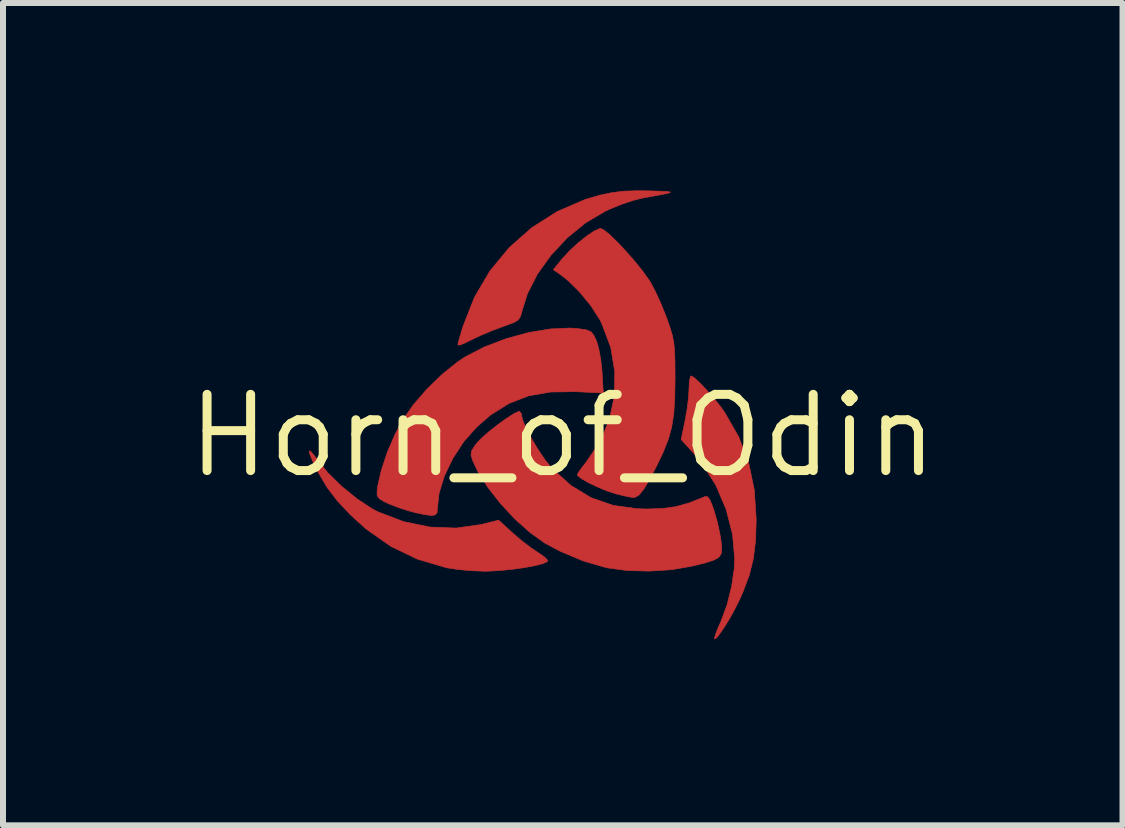
<source format=kicad_pcb>
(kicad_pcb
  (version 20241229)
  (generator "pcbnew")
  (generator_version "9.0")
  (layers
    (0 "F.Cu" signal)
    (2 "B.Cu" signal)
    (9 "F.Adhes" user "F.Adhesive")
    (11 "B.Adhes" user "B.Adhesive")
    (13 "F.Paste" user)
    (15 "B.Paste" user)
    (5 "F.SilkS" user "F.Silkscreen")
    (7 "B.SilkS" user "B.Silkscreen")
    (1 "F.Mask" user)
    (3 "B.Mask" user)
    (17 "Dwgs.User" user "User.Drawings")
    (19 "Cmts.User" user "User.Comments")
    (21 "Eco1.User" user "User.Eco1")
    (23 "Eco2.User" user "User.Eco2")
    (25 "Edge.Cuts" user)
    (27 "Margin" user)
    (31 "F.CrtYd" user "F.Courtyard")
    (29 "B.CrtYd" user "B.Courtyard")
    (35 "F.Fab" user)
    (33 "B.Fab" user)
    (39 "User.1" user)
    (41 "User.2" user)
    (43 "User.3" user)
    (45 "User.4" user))
  (footprint "Horn_of_Odin"
    (layer "F.Cu")
    (at 6.327 4.211)
    (property "Reference" "Horn_of_Odin" (at 0 0 0) (layer "F.SilkS") (effects (font (size 1.27 1.27) (thickness 0.15))))
    (attr through_hole)
    (fp_poly (pts (xy 2.189 -0.969) (xy 2.277 -0.887) (xy 2.388 -0.772) (xy 2.506 -0.638) (xy 2.616 -0.503) (xy 2.695 -0.393) (xy 2.932 0.019) (xy 3.096 0.445) (xy 3.191 0.902) (xy 3.223 1.393) (xy 3.213 1.742) (xy 3.177 2.04) (xy 3.109 2.318) (xy 3.001 2.606) (xy 2.941 2.74) (xy 2.869 2.885) (xy 2.786 3.035) (xy 2.701 3.174) (xy 2.624 3.289) (xy 2.564 3.365) (xy 2.531 3.387) (xy 2.528 3.377) (xy 2.544 3.315) (xy 2.587 3.203) (xy 2.635 3.095) (xy 2.737 2.82) (xy 2.814 2.509) (xy 2.859 2.202) (xy 2.866 2.057) (xy 2.829 1.643) (xy 2.722 1.225) (xy 2.552 0.827) (xy 2.329 0.47) (xy 2.205 0.318) (xy 1.973 0.062) (xy 2.039 -0.255) (xy 2.072 -0.446) (xy 2.096 -0.638) (xy 2.104 -0.786) (xy 2.11 -0.907) (xy 2.126 -0.985) (xy 2.138 -0.999) (xy 2.189 -0.969)) (stroke (width 0.01) (type solid)) (fill yes) (layer "F.Cu"))
    (fp_poly (pts (xy -4.201 0.258) (xy -4.137 0.334) (xy -4.082 0.411) (xy -3.907 0.625) (xy -3.68 0.846) (xy -3.429 1.05) (xy -3.18 1.215) (xy -3.082 1.267) (xy -2.655 1.43) (xy -2.215 1.521) (xy -1.776 1.538) (xy -1.354 1.478) (xy -1.337 1.473) (xy -1.069 1.406) (xy -0.833 1.622) (xy -0.686 1.748) (xy -0.53 1.867) (xy -0.408 1.949) (xy -0.308 2.017) (xy -0.254 2.072) (xy -0.253 2.093) (xy -0.326 2.128) (xy -0.464 2.164) (xy -0.646 2.198) (xy -0.853 2.227) (xy -1.065 2.247) (xy -1.261 2.257) (xy -1.312 2.257) (xy -1.523 2.248) (xy -1.74 2.229) (xy -1.92 2.202) (xy -1.944 2.197) (xy -2.426 2.054) (xy -2.867 1.841) (xy -3.277 1.553) (xy -3.548 1.307) (xy -3.762 1.077) (xy -3.926 0.861) (xy -4.064 0.627) (xy -4.07 0.616) (xy -4.161 0.434) (xy -4.213 0.311) (xy -4.226 0.251) (xy -4.201 0.258)) (stroke (width 0.01) (type solid)) (fill yes) (layer "F.Cu"))
    (fp_poly (pts (xy 1.431 -4.081) (xy 1.624 -4.075) (xy 1.745 -4.069) (xy 1.794 -4.06) (xy 1.767 -4.045) (xy 1.663 -4.022) (xy 1.479 -3.988) (xy 1.321 -3.96) (xy 1.163 -3.919) (xy 0.966 -3.852) (xy 0.765 -3.769) (xy 0.707 -3.742) (xy 0.382 -3.55) (xy 0.077 -3.301) (xy -0.195 -3.011) (xy -0.422 -2.695) (xy -0.589 -2.367) (xy -0.679 -2.08) (xy -0.702 -1.992) (xy -0.74 -1.933) (xy -0.813 -1.888) (xy -0.941 -1.84) (xy -0.987 -1.824) (xy -1.173 -1.755) (xy -1.365 -1.674) (xy -1.482 -1.619) (xy -1.624 -1.549) (xy -1.705 -1.515) (xy -1.742 -1.511) (xy -1.748 -1.524) (xy -1.737 -1.57) (xy -1.706 -1.675) (xy -1.664 -1.817) (xy -1.659 -1.831) (xy -1.47 -2.311) (xy -1.212 -2.748) (xy -0.892 -3.135) (xy -0.516 -3.467) (xy -0.093 -3.736) (xy 0.372 -3.937) (xy 0.611 -4.007) (xy 0.812 -4.05) (xy 1.01 -4.075) (xy 1.238 -4.083) (xy 1.431 -4.081)) (stroke (width 0.01) (type solid)) (fill yes) (layer "F.Cu"))
    (fp_poly (pts (xy 0.263 -1.784) (xy 0.396 -1.764) (xy 0.473 -1.731) (xy 0.522 -1.667) (xy 0.562 -1.579) (xy 0.6 -1.449) (xy 0.633 -1.27) (xy 0.654 -1.079) (xy 0.655 -1.057) (xy 0.675 -0.713) (xy 0.213 -0.735) (xy -0.204 -0.729) (xy -0.57 -0.665) (xy -0.899 -0.538) (xy -1.207 -0.343) (xy -1.435 -0.145) (xy -1.65 0.098) (xy -1.832 0.377) (xy -1.973 0.671) (xy -2.061 0.959) (xy -2.087 1.189) (xy -2.095 1.285) (xy -2.134 1.322) (xy -2.203 1.326) (xy -2.307 1.313) (xy -2.454 1.281) (xy -2.574 1.249) (xy -2.737 1.196) (xy -2.89 1.137) (xy -2.969 1.101) (xy -3.056 1.049) (xy -3.093 0.995) (xy -3.093 0.907) (xy -3.083 0.838) (xy -3.023 0.574) (xy -2.924 0.277) (xy -2.796 -0.021) (xy -2.671 -0.256) (xy -2.493 -0.511) (xy -2.265 -0.775) (xy -2.01 -1.023) (xy -1.753 -1.23) (xy -1.632 -1.311) (xy -1.308 -1.479) (xy -0.947 -1.617) (xy -0.573 -1.719) (xy -0.207 -1.78) (xy 0.127 -1.795) (xy 0.263 -1.784)) (stroke (width 0.01) (type solid)) (fill yes) (layer "F.Cu"))
    (fp_poly (pts (xy -0.692 -0.373) (xy -0.69 -0.353) (xy -0.666 -0.254) (xy -0.602 -0.108) (xy -0.511 0.065) (xy -0.402 0.244) (xy -0.289 0.41) (xy -0.182 0.542) (xy -0.175 0.549) (xy 0.138 0.83) (xy 0.472 1.032) (xy 0.839 1.16) (xy 1.247 1.216) (xy 1.406 1.22) (xy 1.666 1.211) (xy 1.884 1.181) (xy 2.096 1.122) (xy 2.338 1.027) (xy 2.365 1.015) (xy 2.408 1.013) (xy 2.447 1.058) (xy 2.492 1.164) (xy 2.522 1.252) (xy 2.576 1.439) (xy 2.619 1.639) (xy 2.638 1.759) (xy 2.649 1.877) (xy 2.641 1.962) (xy 2.603 2.023) (xy 2.521 2.07) (xy 2.383 2.115) (xy 2.178 2.166) (xy 2.139 2.175) (xy 1.806 2.232) (xy 1.438 2.255) (xy 1.071 2.245) (xy 0.742 2.201) (xy 0.723 2.197) (xy 0.341 2.086) (xy -0.048 1.922) (xy -0.297 1.789) (xy -0.542 1.615) (xy -0.794 1.39) (xy -1.034 1.133) (xy -1.247 0.861) (xy -1.415 0.596) (xy -1.504 0.406) (xy -1.529 0.319) (xy -1.518 0.249) (xy -1.463 0.163) (xy -1.424 0.113) (xy -1.342 0.029) (xy -1.221 -0.076) (xy -1.082 -0.185) (xy -0.942 -0.286) (xy -0.821 -0.364) (xy -0.739 -0.404) (xy -0.724 -0.407) (xy -0.692 -0.373)) (stroke (width 0.01) (type solid)) (fill yes) (layer "F.Cu"))
    (fp_poly (pts (xy 0.694 -3.423) (xy 0.794 -3.339) (xy 0.92 -3.216) (xy 1.059 -3.067) (xy 1.199 -2.907) (xy 1.326 -2.75) (xy 1.428 -2.609) (xy 1.464 -2.553) (xy 1.546 -2.397) (xy 1.637 -2.198) (xy 1.72 -1.992) (xy 1.739 -1.942) (xy 1.79 -1.793) (xy 1.827 -1.67) (xy 1.85 -1.551) (xy 1.863 -1.417) (xy 1.869 -1.246) (xy 1.871 -1.017) (xy 1.871 -0.936) (xy 1.866 -0.618) (xy 1.849 -0.362) (xy 1.815 -0.144) (xy 1.759 0.058) (xy 1.676 0.269) (xy 1.564 0.503) (xy 1.444 0.734) (xy 1.347 0.894) (xy 1.268 0.989) (xy 1.201 1.028) (xy 1.181 1.03) (xy 1.101 1.018) (xy 0.974 0.989) (xy 0.881 0.966) (xy 0.738 0.919) (xy 0.583 0.855) (xy 0.436 0.786) (xy 0.319 0.719) (xy 0.251 0.667) (xy 0.242 0.649) (xy 0.267 0.602) (xy 0.332 0.513) (xy 0.393 0.436) (xy 0.622 0.098) (xy 0.778 -0.273) (xy 0.86 -0.666) (xy 0.867 -1.07) (xy 0.799 -1.474) (xy 0.652 -1.865) (xy 0.614 -1.941) (xy 0.469 -2.166) (xy 0.283 -2.393) (xy 0.083 -2.591) (xy -0.032 -2.681) (xy -0.157 -2.768) (xy -0.000359 -2.959) (xy 0.117 -3.086) (xy 0.256 -3.213) (xy 0.398 -3.327) (xy 0.525 -3.412) (xy 0.618 -3.453) (xy 0.633 -3.455) (xy 0.694 -3.423)) (stroke (width 0.01) (type solid)) (fill yes) (layer "F.Cu"))
    (fp_poly (pts (xy 1.649 -4.198) (xy 1.812 -4.176) (xy 1.902 -4.145) (xy 1.934 -4.095) (xy 1.919 -4.015) (xy 1.909 -3.987) (xy 1.844 -3.935) (xy 1.726 -3.92) (xy 1.575 -3.906) (xy 1.376 -3.868) (xy 1.159 -3.814) (xy 0.955 -3.751) (xy 0.795 -3.689) (xy 0.772 -3.678) (xy 0.62 -3.6) (xy 0.818 -3.453) (xy 0.978 -3.313) (xy 1.157 -3.121) (xy 1.337 -2.9) (xy 1.499 -2.674) (xy 1.624 -2.466) (xy 1.635 -2.444) (xy 1.78 -2.115) (xy 1.889 -1.787) (xy 1.955 -1.488) (xy 1.963 -1.425) (xy 1.986 -1.278) (xy 2.018 -1.197) (xy 2.039 -1.185) (xy 2.118 -1.157) (xy 2.231 -1.07) (xy 2.367 -0.938) (xy 2.516 -0.772) (xy 2.665 -0.586) (xy 2.804 -0.393) (xy 2.922 -0.205) (xy 2.968 -0.118) (xy 3.12 0.217) (xy 3.223 0.533) (xy 3.287 0.863) (xy 3.319 1.24) (xy 3.32 1.266) (xy 3.309 1.782) (xy 3.23 2.257) (xy 3.078 2.702) (xy 2.851 3.128) (xy 2.784 3.231) (xy 2.698 3.355) (xy 2.633 3.445) (xy 2.601 3.485) (xy 2.6 3.486) (xy 2.563 3.463) (xy 2.5 3.42) (xy 2.408 3.356) (xy 2.526 3.094) (xy 2.597 2.918) (xy 2.658 2.736) (xy 2.689 2.62) (xy 2.709 2.509) (xy 2.729 2.376) (xy 2.747 2.24) (xy 2.76 2.119) (xy 2.766 2.031) (xy 2.764 1.994) (xy 2.754 2.015) (xy 2.7 2.074) (xy 2.576 2.141) (xy 2.398 2.209) (xy 2.18 2.272) (xy 2.041 2.305) (xy 1.712 2.349) (xy 1.344 2.356) (xy 0.965 2.329) (xy 0.602 2.268) (xy 0.281 2.178) (xy 0.17 2.134) (xy 0.068 2.094) (xy 0.011 2.08) (xy 0.006 2.087) (xy -0.018 2.118) (xy -0.109 2.158) (xy -0.25 2.203) (xy -0.425 2.249) (xy -0.619 2.292) (xy -0.813 2.326) (xy -0.951 2.344) (xy -1.341 2.358) (xy -1.747 2.329) (xy -2.128 2.258) (xy -2.208 2.237) (xy -2.406 2.167) (xy -2.639 2.067) (xy -2.874 1.952) (xy -3.078 1.838) (xy -3.164 1.783) (xy -3.381 1.609) (xy -3.562 1.435) (xy -2.171 1.435) (xy -2.15 1.456) (xy -2.014 1.456) (xy -1.889 1.456) (xy -1.777 1.448) (xy -1.623 1.428) (xy -1.517 1.41) (xy -1.43 1.393) (xy 2.655 1.393) (xy 2.676 1.414) (xy 2.697 1.393) (xy 2.676 1.371) (xy 2.655 1.393) (xy -1.43 1.393) (xy -1.364 1.379) (xy -1.23 1.345) (xy -1.169 1.326) (xy -1.066 1.287) (xy -1.177 1.13) (xy 1.282 1.13) (xy 1.287 1.147) (xy 1.357 1.15) (xy 1.475 1.14) (xy 1.622 1.119) (xy 1.781 1.091) (xy 1.935 1.058) (xy 2.041 1.029) (xy 2.191 0.978) (xy 2.316 0.925) (xy 2.377 0.891) (xy 2.421 0.854) (xy 2.43 0.813) (xy 2.401 0.746) (xy 2.33 0.632) (xy 2.326 0.625) (xy 2.214 0.471) (xy 2.083 0.315) (xy 2.023 0.253) (xy 1.926 0.162) (xy 1.87 0.125) (xy 1.839 0.135) (xy 1.824 0.168) (xy 1.738 0.378) (xy 1.634 0.595) (xy 1.523 0.799) (xy 1.415 0.972) (xy 1.32 1.094) (xy 1.282 1.13) (xy -1.177 1.13) (xy -1.201 1.096) (xy 0.961 1.096) (xy 0.983 1.117) (xy 1.004 1.096) (xy 0.983 1.075) (xy 0.961 1.096) (xy -1.201 1.096) (xy -1.254 1.022) (xy -1.367 0.853) (xy -1.479 0.67) (xy -1.557 0.527) (xy -1.623 0.402) (xy -1.665 0.343) (xy -1.697 0.338) (xy -1.732 0.376) (xy -1.809 0.517) (xy -1.884 0.713) (xy -1.946 0.933) (xy -1.985 1.147) (xy -1.989 1.189) (xy -2.014 1.456) (xy -2.15 1.456) (xy -2.129 1.435) (xy -2.15 1.414) (xy -2.171 1.435) (xy -3.562 1.435) (xy -3.605 1.393) (xy -3.821 1.151) (xy -4.014 0.902) (xy -4.171 0.663) (xy -4.276 0.452) (xy -4.291 0.411) (xy -4.319 0.305) (xy -4.31 0.244) (xy -4.264 0.2) (xy -4.189 0.154) (xy -4.139 0.161) (xy -4.085 0.232) (xy -4.065 0.265) (xy -3.956 0.419) (xy -3.804 0.595) (xy -3.634 0.768) (xy -3.471 0.91) (xy -3.416 0.951) (xy -3.232 1.078) (xy -3.213 0.981) (xy -3.141 0.649) (xy -3.062 0.372) (xy -2.968 0.12) (xy -2.861 -0.11) (xy -2.757 -0.307) (xy -2.653 -0.472) (xy -2.62 -0.514) (xy -0.62 -0.514) (xy -0.61 -0.442) (xy -0.582 -0.343) (xy -0.459 -0.039) (xy -0.283 0.262) (xy -0.124 0.468) (xy 0.042 0.657) (xy 0.186 0.517) (xy 0.299 0.393) (xy 0.414 0.244) (xy 0.456 0.183) (xy 0.522 0.064) (xy 0.594 -0.09) (xy 0.612 -0.132) (xy 1.893 -0.132) (xy 1.914 -0.11) (xy 1.935 -0.132) (xy 1.914 -0.153) (xy 1.893 -0.132) (xy 0.612 -0.132) (xy 0.663 -0.254) (xy 0.696 -0.343) (xy 1.935 -0.343) (xy 1.956 -0.322) (xy 1.977 -0.343) (xy 1.956 -0.364) (xy 1.935 -0.343) (xy 0.696 -0.343) (xy 0.717 -0.403) (xy 0.747 -0.51) (xy 0.75 -0.535) (xy 0.711 -0.558) (xy 0.611 -0.588) (xy 0.471 -0.619) (xy 0.47 -0.619) (xy 0.303 -0.639) (xy 1.977 -0.639) (xy 1.998 -0.618) (xy 2.02 -0.639) (xy 1.998 -0.661) (xy 1.977 -0.639) (xy 0.303 -0.639) (xy 0.26 -0.645) (xy 0.024 -0.651) (xy -0.21 -0.641) (xy -0.412 -0.613) (xy -0.527 -0.582) (xy -0.594 -0.552) (xy -0.62 -0.514) (xy -2.62 -0.514) (xy -2.531 -0.629) (xy -2.406 -0.766) (xy 0.75 -0.766) (xy 0.771 -0.745) (xy 0.792 -0.766) (xy 0.771 -0.788) (xy 0.75 -0.766) (xy -2.406 -0.766) (xy -2.372 -0.804) (xy -2.273 -0.906) (xy -2.113 -1.07) (xy -2.1 -1.084) (xy 0.75 -1.084) (xy 0.765 -1.049) (xy 0.778 -1.056) (xy 0.783 -1.106) (xy 0.778 -1.112) (xy 0.753 -1.106) (xy 0.75 -1.084) (xy -2.1 -1.084) (xy -2.003 -1.191) (xy -1.93 -1.286) (xy -1.884 -1.371) (xy -1.854 -1.463) (xy -1.832 -1.562) (xy -1.762 -1.817) (xy -0.635 -1.817) (xy -0.419 -1.857) (xy -0.272 -1.874) (xy -0.078 -1.883) (xy 0.127 -1.883) (xy 0.167 -1.882) (xy 0.333 -1.878) (xy 0.46 -1.88) (xy 0.53 -1.888) (xy 0.538 -1.893) (xy 0.509 -1.961) (xy 0.43 -2.069) (xy 0.317 -2.202) (xy 0.183 -2.345) (xy 0.044 -2.481) (xy -0.086 -2.596) (xy -0.192 -2.675) (xy -0.21 -2.685) (xy -0.266 -2.704) (xy -0.311 -2.679) (xy -0.363 -2.594) (xy -0.384 -2.553) (xy -0.493 -2.315) (xy -0.567 -2.105) (xy -0.6 -1.975) (xy -0.635 -1.817) (xy -1.762 -1.817) (xy -1.73 -1.934) (xy -1.576 -2.32) (xy -1.418 -2.627) (xy -1.295 -2.805) (xy -1.122 -3.011) (xy -0.917 -3.227) (xy -0.7 -3.433) (xy -0.489 -3.611) (xy -0.304 -3.742) (xy -0.293 -3.748) (xy 0.064 -3.924) (xy 0.461 -4.063) (xy 0.875 -4.159) (xy 1.28 -4.206) (xy 1.649 -4.198)) (stroke (width 0.01) (type solid)) (fill yes) (layer "F.Mask")))
  (gr_rect
    (start -3 -3)
    (end 15.654 10.702)
    (stroke (width 0.1) (type default))
    (fill no)
    (layer "Edge.Cuts")))
</source>
